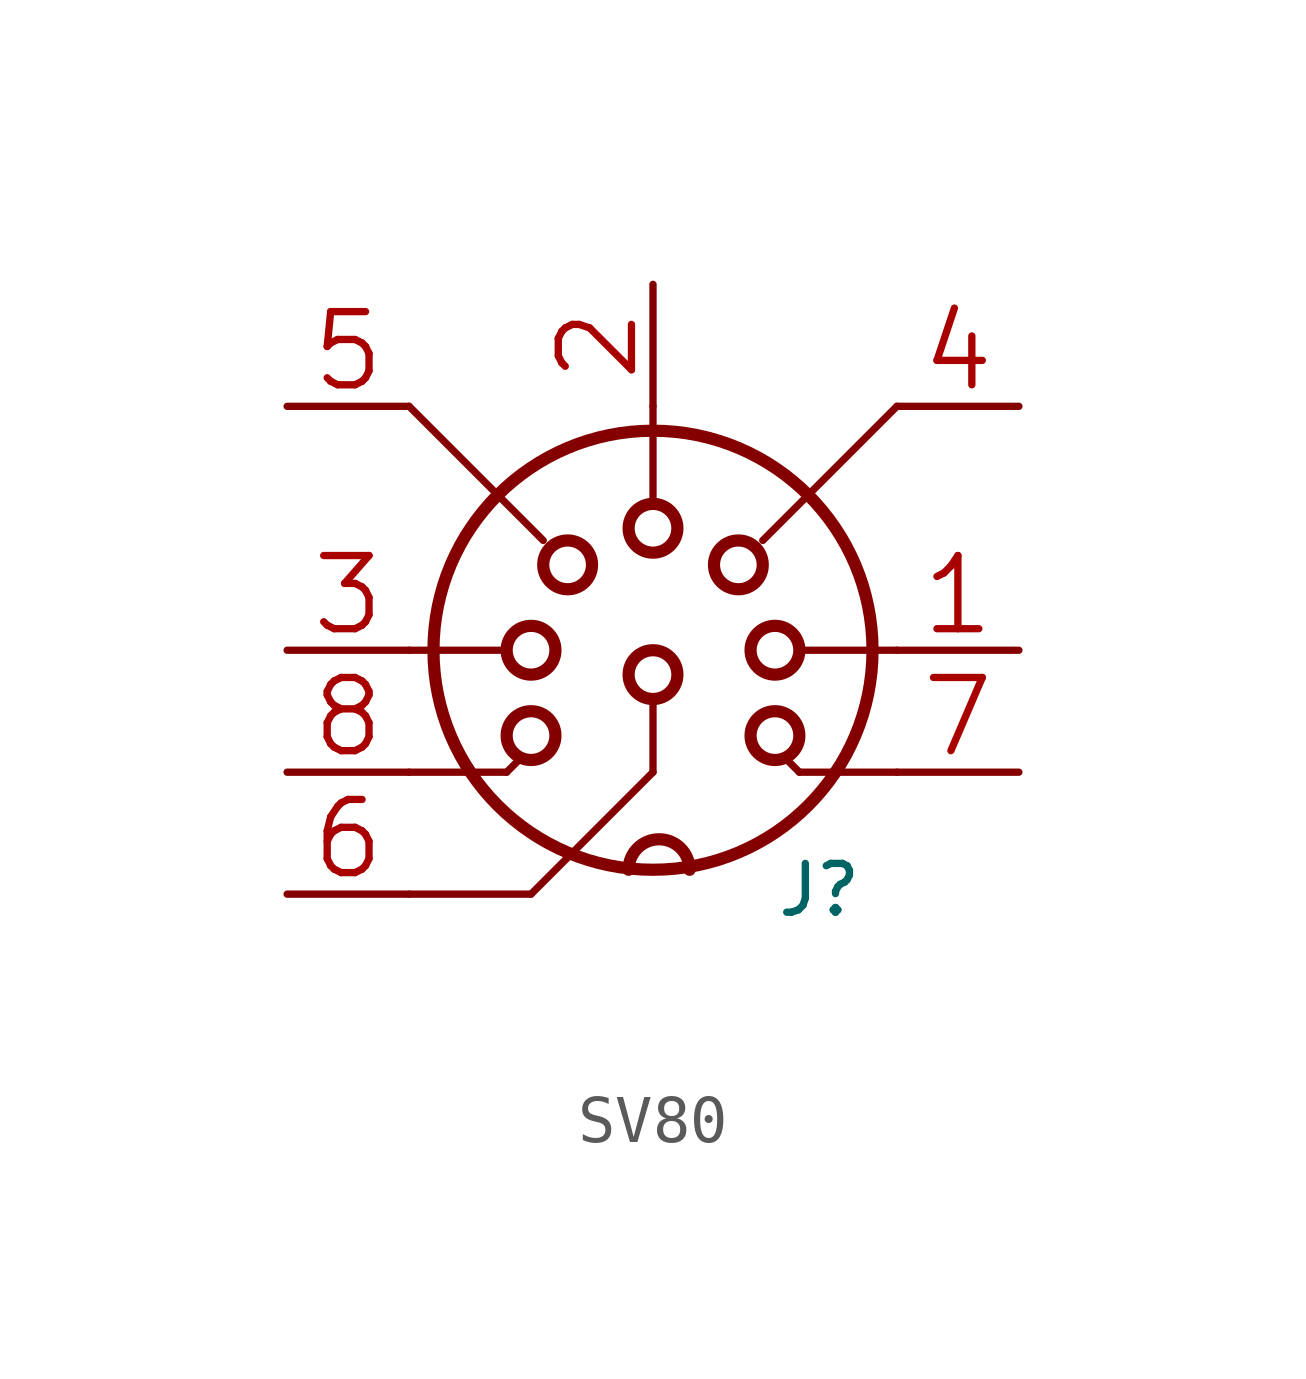
<source format=kicad_sym>
(kicad_symbol_lib
  (version 20241209)
  (generator "kicad_symbol_editor")
  (generator_version "9.0")
  (symbol "SV80"
    (property "Reference" "J"
      (at 2.54 -5.588 0)
      (effects (font (size 1.016 1.016)) (justify left bottom)))
    (property "Value" ""
      (at 2.54 -7.366 0)
      (effects (font (size 1.016 1.016)) (justify left bottom)))
    (property "ki_locked" ""
      (at 0 0 0)
      (effects (font (size 1.27 1.27))))
    (symbol "SV80_1_0"
      (polyline (pts (xy -5.08 5.08) (xy -2.286 2.286)) (stroke (width 0.152) (type solid)) (fill (type none)))
      (polyline (pts (xy -5.08 0) (xy -3.048 0)) (stroke (width 0.152) (type solid)) (fill (type none)))
      (polyline (pts (xy -5.08 -2.54) (xy -3.048 -2.54)) (stroke (width 0.152) (type solid)) (fill (type none)))
      (polyline (pts (xy -3.048 -2.54) (xy -2.794 -2.286)) (stroke (width 0.152) (type solid)) (fill (type none)))
      (circle (center -2.54 0) (radius 0.508) (stroke (width 0.254) (type solid)) (fill (type none)))
      (circle (center -2.54 -1.778) (radius 0.508) (stroke (width 0.254) (type solid)) (fill (type none)))
      (polyline (pts (xy -2.54 -5.08) (xy -5.08 -5.08)) (stroke (width 0.152) (type solid)) (fill (type none)))
      (circle (center -1.778 1.778) (radius 0.508) (stroke (width 0.254) (type solid)) (fill (type none)))
      (polyline (pts (xy 0 5.08) (xy 0 3.048)) (stroke (width 0.152) (type solid)) (fill (type none)))
      (circle (center 0 2.54) (radius 0.508) (stroke (width 0.254) (type solid)) (fill (type none)))
      (circle (center 0 0) (radius 4.572) (stroke (width 0.254) (type solid)) (fill (type none)))
      (circle (center 0 -0.508) (radius 0.508) (stroke (width 0.254) (type solid)) (fill (type none)))
      (polyline (pts (xy 0 -2.54) (xy -2.54 -5.08)) (stroke (width 0.152) (type solid)) (fill (type none)))
      (polyline (pts (xy 0 -2.54) (xy 0 -1.016)) (stroke (width 0.152) (type solid)) (fill (type none)))
      (arc (start -0.508 -4.572) (mid 0.127 -3.937) (end 0.762 -4.572) (stroke (width 0.254) (type solid)) (fill (type none)))
      (circle (center 1.778 1.778) (radius 0.508) (stroke (width 0.254) (type solid)) (fill (type none)))
      (polyline (pts (xy 2.286 2.286) (xy 5.08 5.08)) (stroke (width 0.152) (type solid)) (fill (type none)))
      (circle (center 2.54 0) (radius 0.508) (stroke (width 0.254) (type solid)) (fill (type none)))
      (circle (center 2.54 -1.778) (radius 0.508) (stroke (width 0.254) (type solid)) (fill (type none)))
      (polyline (pts (xy 3.048 -2.54) (xy 2.794 -2.286)) (stroke (width 0.152) (type solid)) (fill (type none)))
      (polyline (pts (xy 5.08 0) (xy 3.048 0)) (stroke (width 0.152) (type solid)) (fill (type none)))
      (polyline (pts (xy 5.08 -2.54) (xy 3.048 -2.54)) (stroke (width 0.152) (type solid)) (fill (type none)))
      (pin bidirectional line (at -7.62 5.08 0) (length 2.54) (name "5" (effects (font (size 0 0)))) (number "5" (effects (font (size 1.524 1.524)))))
      (pin bidirectional line (at -7.62 0 0) (length 2.54) (name "3" (effects (font (size 0 0)))) (number "3" (effects (font (size 1.524 1.524)))))
      (pin bidirectional line (at -7.62 -2.54 0) (length 2.54) (name "8" (effects (font (size 0 0)))) (number "8" (effects (font (size 1.524 1.524)))))
      (pin bidirectional line (at -7.62 -5.08 0) (length 2.54) (name "6" (effects (font (size 0 0)))) (number "6" (effects (font (size 1.524 1.524)))))
      (pin bidirectional line (at 0 7.62 270) (length 2.54) (name "2" (effects (font (size 0 0)))) (number "2" (effects (font (size 1.524 1.524)))))
      (pin bidirectional line (at 7.62 5.08 180) (length 2.54) (name "4" (effects (font (size 0 0)))) (number "4" (effects (font (size 1.524 1.524)))))
      (pin bidirectional line (at 7.62 0 180) (length 2.54) (name "1" (effects (font (size 0 0)))) (number "1" (effects (font (size 1.524 1.524)))))
      (pin bidirectional line (at 7.62 -2.54 180) (length 2.54) (name "7" (effects (font (size 0 0)))) (number "7" (effects (font (size 1.524 1.524))))))))
</source>
